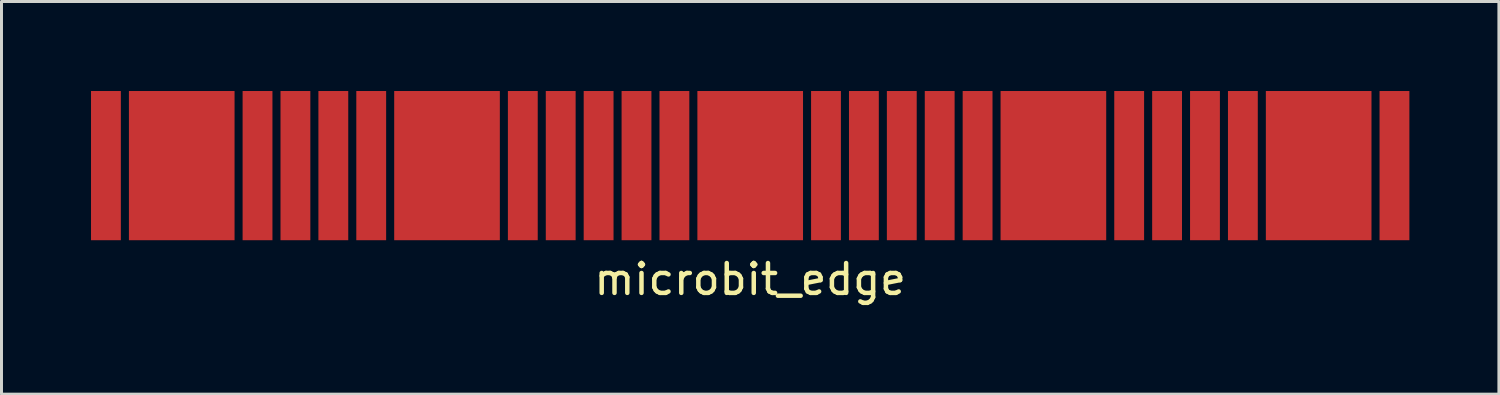
<source format=kicad_pcb>
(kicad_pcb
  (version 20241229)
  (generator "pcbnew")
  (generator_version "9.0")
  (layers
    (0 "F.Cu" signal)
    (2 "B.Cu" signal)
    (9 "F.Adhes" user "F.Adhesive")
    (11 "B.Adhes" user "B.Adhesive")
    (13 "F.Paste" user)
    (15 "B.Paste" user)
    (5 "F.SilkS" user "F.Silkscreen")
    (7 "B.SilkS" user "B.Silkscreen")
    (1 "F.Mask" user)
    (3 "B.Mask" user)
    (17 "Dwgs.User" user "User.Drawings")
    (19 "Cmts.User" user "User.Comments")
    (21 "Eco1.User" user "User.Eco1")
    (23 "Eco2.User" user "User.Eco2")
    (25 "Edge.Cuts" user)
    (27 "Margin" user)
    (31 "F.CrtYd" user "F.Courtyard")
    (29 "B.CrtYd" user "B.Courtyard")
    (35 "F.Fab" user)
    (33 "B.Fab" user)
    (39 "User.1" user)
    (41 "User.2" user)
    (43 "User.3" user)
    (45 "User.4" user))
  (footprint "microbit_edge"
    (layer "F.Cu")
    (at 22.09 2.5)
    (property "Reference" "microbit_edge" (at 0 3.81 0) (layer "F.SilkS") (effects (font (size 1 1) (thickness 0.15))))
    (attr through_hole)
    (pad "1" connect rect (at -19.05 0) (size 3.54 5) (layers "F.Cu" "F.Mask"))
    (pad "2" connect rect (at -10.16 0) (size 3.54 5) (layers "F.Cu" "F.Mask"))
    (pad "3" connect rect (at 0 0) (size 3.54 5) (layers "F.Cu" "F.Mask"))
    (pad "4" connect rect (at -21.59 0) (size 1 5) (layers "F.Cu" "F.Mask"))
    (pad "5" connect rect (at -16.51 0) (size 1 5) (layers "F.Cu" "F.Mask"))
    (pad "6" connect rect (at -15.24 0) (size 1 5) (layers "F.Cu" "F.Mask"))
    (pad "7" connect rect (at -13.97 0) (size 1 5) (layers "F.Cu" "F.Mask"))
    (pad "8" connect rect (at -12.7 0) (size 1 5) (layers "F.Cu" "F.Mask"))
    (pad "9" connect rect (at -7.62 0) (size 1 5) (layers "F.Cu" "F.Mask"))
    (pad "10" connect rect (at -6.35 0) (size 1 5) (layers "F.Cu" "F.Mask"))
    (pad "11" connect rect (at -5.08 0) (size 1 5) (layers "F.Cu" "F.Mask"))
    (pad "12" connect rect (at -3.81 0) (size 1 5) (layers "F.Cu" "F.Mask"))
    (pad "13" connect rect (at -2.54 0) (size 1 5) (layers "F.Cu" "F.Mask"))
    (pad "14" connect rect (at 2.54 0) (size 1 5) (layers "F.Cu" "F.Mask"))
    (pad "15" connect rect (at 3.81 0) (size 1 5) (layers "F.Cu" "F.Mask"))
    (pad "16" connect rect (at 5.08 0) (size 1 5) (layers "F.Cu" "F.Mask"))
    (pad "17" connect rect (at 6.35 0) (size 1 5) (layers "F.Cu" "F.Mask"))
    (pad "18" connect rect (at 13.97 0) (size 1 5) (layers "F.Cu" "F.Mask"))
    (pad "19" connect rect (at 15.24 0) (size 1 5) (layers "F.Cu" "F.Mask"))
    (pad "20" connect rect (at 7.62 0) (size 1 5) (layers "F.Cu" "F.Mask"))
    (pad "21" connect rect (at 10.16 0) (size 3.54 5) (layers "F.Cu" "F.Mask"))
    (pad "22" connect rect (at 12.7 0) (size 1 5) (layers "F.Cu" "F.Mask"))
    (pad "23" connect rect (at 16.51 0) (size 1 5) (layers "F.Cu" "F.Mask"))
    (pad "24" connect rect (at 19.05 0) (size 3.54 5) (layers "F.Cu" "F.Mask"))
    (pad "25" connect rect (at 21.59 0) (size 1 5) (layers "F.Cu" "F.Mask")))
  (gr_rect
    (start -3 -3)
    (end 47.18 10.158)
    (stroke (width 0.1) (type default))
    (fill no)
    (layer "Edge.Cuts")))
</source>
